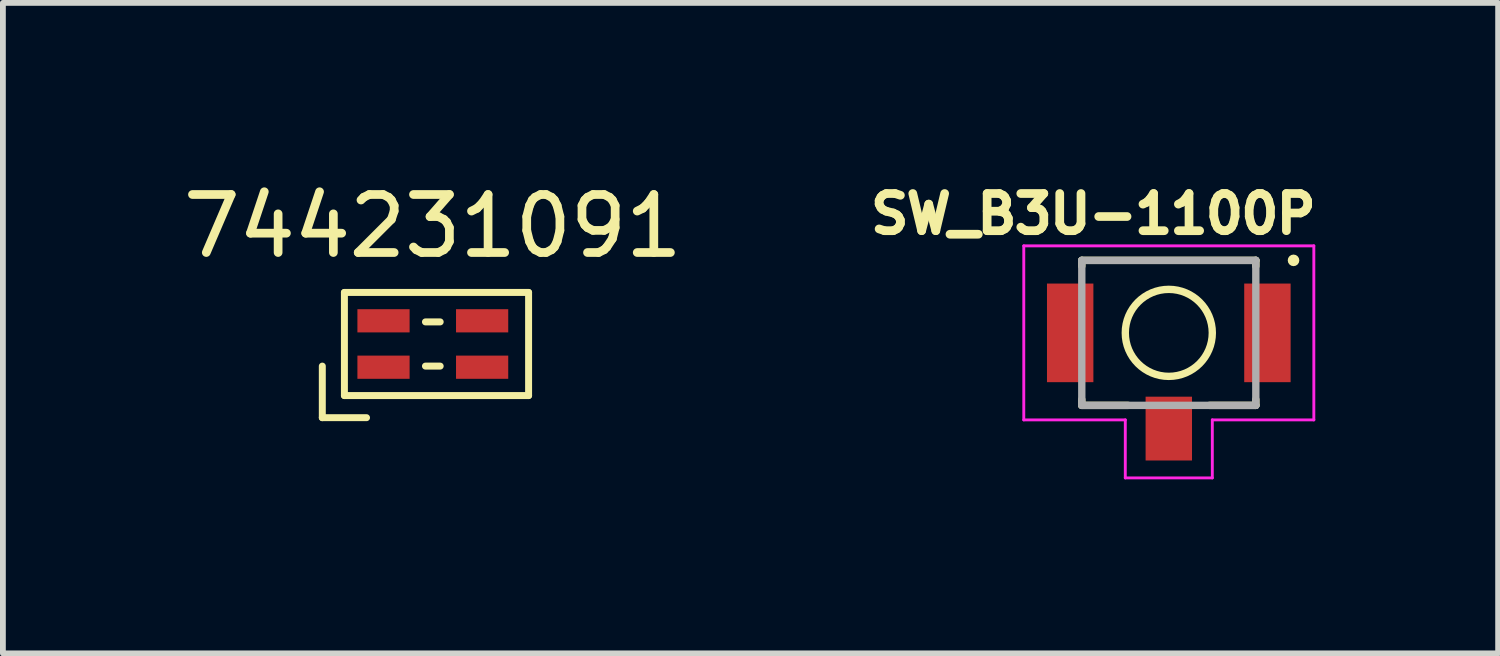
<source format=kicad_pcb>
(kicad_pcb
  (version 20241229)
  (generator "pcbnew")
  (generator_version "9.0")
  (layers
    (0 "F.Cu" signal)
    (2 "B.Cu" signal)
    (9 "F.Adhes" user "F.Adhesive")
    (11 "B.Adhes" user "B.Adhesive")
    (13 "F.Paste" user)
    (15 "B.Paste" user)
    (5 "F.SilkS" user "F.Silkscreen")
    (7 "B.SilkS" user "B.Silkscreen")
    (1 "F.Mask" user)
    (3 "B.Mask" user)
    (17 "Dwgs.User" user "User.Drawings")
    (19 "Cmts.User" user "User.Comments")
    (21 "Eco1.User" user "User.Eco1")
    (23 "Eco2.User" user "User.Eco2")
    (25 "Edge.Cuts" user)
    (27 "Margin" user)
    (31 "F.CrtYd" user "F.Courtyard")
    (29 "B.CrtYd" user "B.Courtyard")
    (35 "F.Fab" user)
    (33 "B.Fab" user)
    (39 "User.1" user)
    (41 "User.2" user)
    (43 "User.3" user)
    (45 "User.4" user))
  (footprint "744231091"
    (layer "F.Cu")
    (at 4.411 2.88)
    (property "Reference" "744231091" (at 0 -2.032 0) (layer "F.SilkS") (effects (font (size 1 1) (thickness 0.15))))
    (attr through_hole)
    (fp_line (start -1.905 0.381) (end -1.905 1.27) (stroke (width 0.12) (type solid)) (layer "F.SilkS"))
    (fp_line (start -1.905 1.27) (end -1.143 1.27) (stroke (width 0.12) (type solid)) (layer "F.SilkS"))
    (fp_line (start -1.524 -0.889) (end 1.651 -0.889) (stroke (width 0.12) (type solid)) (layer "F.SilkS"))
    (fp_line (start -1.524 0.889) (end -1.524 -0.889) (stroke (width 0.12) (type solid)) (layer "F.SilkS"))
    (fp_line (start -0.127 -0.381) (end 0.127 -0.381) (stroke (width 0.12) (type solid)) (layer "F.SilkS"))
    (fp_line (start -0.127 0.381) (end 0.127 0.381) (stroke (width 0.12) (type solid)) (layer "F.SilkS"))
    (fp_line (start 1.651 -0.889) (end 1.651 0.889) (stroke (width 0.12) (type solid)) (layer "F.SilkS"))
    (fp_line (start 1.651 0.889) (end -1.524 0.889) (stroke (width 0.12) (type solid)) (layer "F.SilkS"))
    (pad "1" smd rect (at -0.85 0.4) (size 0.9 0.4) (layers "F.Cu" "F.Mask" "F.Paste"))
    (pad "2" smd rect (at 0.85 0.4) (size 0.9 0.4) (layers "F.Cu" "F.Mask" "F.Paste"))
    (pad "3" smd rect (at 0.85 -0.4) (size 0.9 0.4) (layers "F.Cu" "F.Mask" "F.Paste"))
    (pad "4" smd rect (at -0.85 -0.4) (size 0.9 0.4) (layers "F.Cu" "F.Mask" "F.Paste")))
  (footprint "SW_B3U-1100P"
    (layer "F.Cu")
    (at 17.098 2.688)
    (property "Reference" "SW_B3U-1100P" (at -1.3 -2.05 180) (layer "F.SilkS") (effects (font (size 0.641 0.641) (thickness 0.15))))
    (attr through_hole)
    (fp_line (start -1.5 -1.25) (end 1.5 -1.25) (stroke (width 0.127) (type solid)) (layer "F.SilkS"))
    (fp_line (start -1.5 -1.15) (end -1.5 -1.25) (stroke (width 0.127) (type solid)) (layer "F.SilkS"))
    (fp_line (start -1.5 1.15) (end -1.5 1.25) (stroke (width 0.127) (type solid)) (layer "F.SilkS"))
    (fp_line (start -1.5 1.25) (end -0.7 1.25) (stroke (width 0.127) (type solid)) (layer "F.SilkS"))
    (fp_line (start 1.5 -1.25) (end 1.5 -1.15) (stroke (width 0.127) (type solid)) (layer "F.SilkS"))
    (fp_line (start 1.5 1.15) (end 1.5 1.25) (stroke (width 0.127) (type solid)) (layer "F.SilkS"))
    (fp_line (start 1.5 1.25) (end 0.7 1.25) (stroke (width 0.127) (type solid)) (layer "F.SilkS"))
    (fp_circle (center 0 0) (end 0.75 0) (stroke (width 0.127) (type solid)) (fill no) (layer "F.SilkS"))
    (fp_circle (center 2.15 -1.25) (end 2.2 -1.25) (stroke (width 0.1) (type solid)) (fill no) (layer "F.SilkS"))
    (fp_line (start -2.5 -1.5) (end 2.5 -1.5) (stroke (width 0.05) (type solid)) (layer "F.CrtYd"))
    (fp_line (start -2.5 1.5) (end -2.5 -1.5) (stroke (width 0.05) (type solid)) (layer "F.CrtYd"))
    (fp_line (start -0.75 1.5) (end -2.5 1.5) (stroke (width 0.05) (type solid)) (layer "F.CrtYd"))
    (fp_line (start -0.75 2.5) (end -0.75 1.5) (stroke (width 0.05) (type solid)) (layer "F.CrtYd"))
    (fp_line (start 0.75 1.5) (end 0.75 2.5) (stroke (width 0.05) (type solid)) (layer "F.CrtYd"))
    (fp_line (start 0.75 2.5) (end -0.75 2.5) (stroke (width 0.05) (type solid)) (layer "F.CrtYd"))
    (fp_line (start 2.5 -1.5) (end 2.5 1.5) (stroke (width 0.05) (type solid)) (layer "F.CrtYd"))
    (fp_line (start 2.5 1.5) (end 0.75 1.5) (stroke (width 0.05) (type solid)) (layer "F.CrtYd"))
    (fp_line (start -1.5 -1.25) (end 1.5 -1.25) (stroke (width 0.127) (type solid)) (layer "F.Fab"))
    (fp_line (start -1.5 1.25) (end -1.5 -1.25) (stroke (width 0.127) (type solid)) (layer "F.Fab"))
    (fp_line (start 1.5 -1.25) (end 1.5 1.25) (stroke (width 0.127) (type solid)) (layer "F.Fab"))
    (fp_line (start 1.5 1.25) (end -1.5 1.25) (stroke (width 0.127) (type solid)) (layer "F.Fab"))
    (pad "1" smd rect (at 1.7 0) (size 0.8 1.7) (layers "F.Cu" "F.Mask" "F.Paste"))
    (pad "2" smd rect (at -1.7 0) (size 0.8 1.7) (layers "F.Cu" "F.Mask" "F.Paste"))
    (pad "3" smd rect (at 0 1.65) (size 0.8 1.1) (layers "F.Cu" "F.Mask" "F.Paste")))
  (gr_rect
    (start -3 -3)
    (end 22.775 8.213)
    (stroke (width 0.1) (type default))
    (fill no)
    (layer "Edge.Cuts")))
</source>
